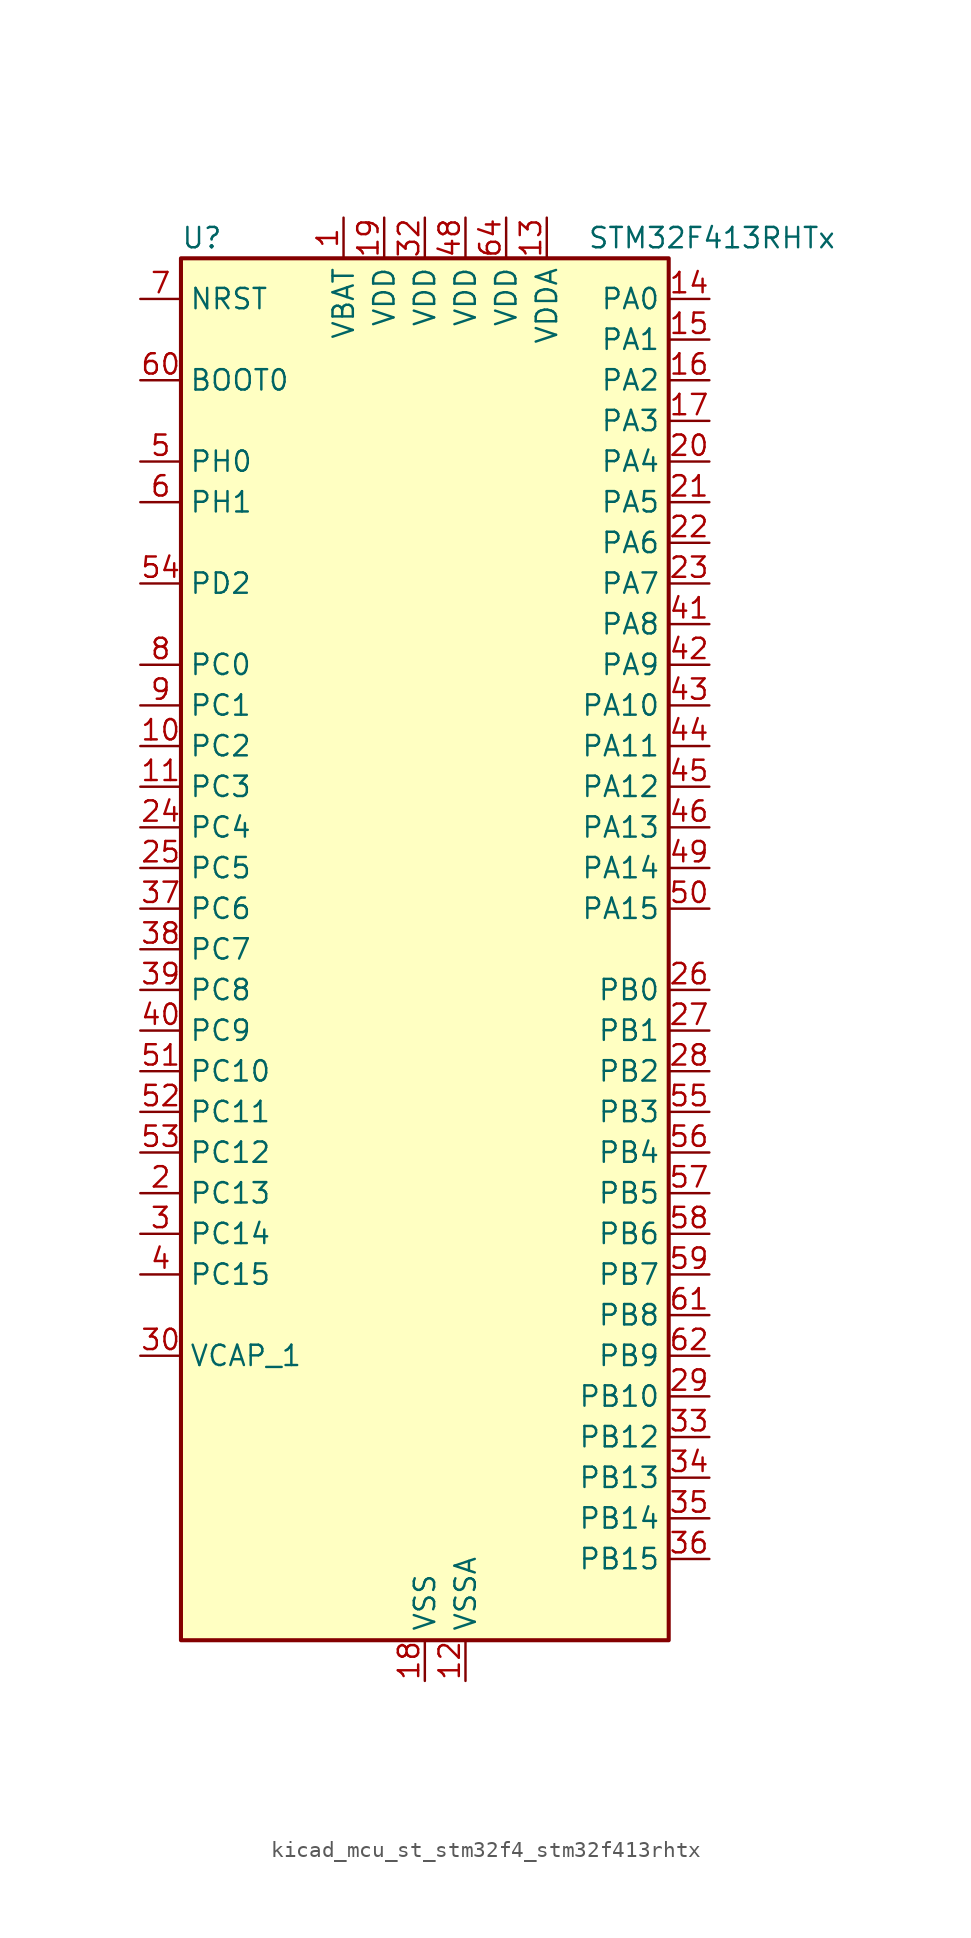
<source format=kicad_sym>
(kicad_symbol_lib
  (version 20220914)
  (generator kicad_symbol_editor)
  (symbol "kicad_mcu_st_stm32f4_stm32f413rhtx"
    (property "Reference" "U"
      (at -15.24 44.45 0)
      (effects (font (size 1.27 1.27)) (justify left)))
    (property "Value" "STM32F413RHTx"
      (at 10.16 44.45 0)
      (effects (font (size 1.27 1.27)) (justify left)))
    (property "ki_locked" ""
      (at 0 0 0)
      (effects (font (size 1.27 1.27))))
    (symbol "kicad_mcu_st_stm32f4_stm32f413rhtx_0_1"
      (rectangle (start -15.24 -43.18) (end 15.24 43.18) (stroke (width 0.254) (type default)) (fill (type background))))
    (symbol "kicad_mcu_st_stm32f4_stm32f413rhtx_1_1"
      (pin power_in line (at -5.08 45.72 270) (length 2.54) (name "VBAT" (effects (font (size 1.27 1.27)))) (number "1" (effects (font (size 1.27 1.27)))))
      (pin bidirectional line (at -17.78 12.7 0) (length 2.54) (name "PC2" (effects (font (size 1.27 1.27)))) (number "10" (effects (font (size 1.27 1.27)))) (alternate "ADC1_IN12" bidirectional line) (alternate "DFSDM1_CKOUT" bidirectional line) (alternate "DFSDM2_DATIN7" bidirectional line) (alternate "FSMC_NWE" bidirectional line) (alternate "I2S2_ext_SD" bidirectional line) (alternate "LPTIM1_IN2" bidirectional line) (alternate "SAI1_SCK_B" bidirectional line) (alternate "SPI2_MISO" bidirectional line))
      (pin bidirectional line (at -17.78 10.16 0) (length 2.54) (name "PC3" (effects (font (size 1.27 1.27)))) (number "11" (effects (font (size 1.27 1.27)))) (alternate "ADC1_IN13" bidirectional line) (alternate "DFSDM2_CKIN7" bidirectional line) (alternate "FSMC_A0" bidirectional line) (alternate "I2S2_SD" bidirectional line) (alternate "LPTIM1_ETR" bidirectional line) (alternate "SAI1_FS_B" bidirectional line) (alternate "SPI2_MOSI" bidirectional line))
      (pin power_in line (at 2.54 -45.72 90) (length 2.54) (name "VSSA" (effects (font (size 1.27 1.27)))) (number "12" (effects (font (size 1.27 1.27)))))
      (pin power_in line (at 7.62 45.72 270) (length 2.54) (name "VDDA" (effects (font (size 1.27 1.27)))) (number "13" (effects (font (size 1.27 1.27)))))
      (pin bidirectional line (at 17.78 40.64 180) (length 2.54) (name "PA0" (effects (font (size 1.27 1.27)))) (number "14" (effects (font (size 1.27 1.27)))) (alternate "ADC1_IN0" bidirectional line) (alternate "SYS_WKUP1" bidirectional line) (alternate "TIM2_CH1" bidirectional line) (alternate "TIM2_ETR" bidirectional line) (alternate "TIM5_CH1" bidirectional line) (alternate "TIM8_ETR" bidirectional line) (alternate "UART4_TX" bidirectional line) (alternate "USART2_CTS" bidirectional line))
      (pin bidirectional line (at 17.78 38.1 180) (length 2.54) (name "PA1" (effects (font (size 1.27 1.27)))) (number "15" (effects (font (size 1.27 1.27)))) (alternate "ADC1_IN1" bidirectional line) (alternate "I2S4_SD" bidirectional line) (alternate "QUADSPI_BK1_IO3" bidirectional line) (alternate "SPI4_MOSI" bidirectional line) (alternate "TIM2_CH2" bidirectional line) (alternate "TIM5_CH2" bidirectional line) (alternate "UART4_RX" bidirectional line) (alternate "USART2_RTS" bidirectional line))
      (pin bidirectional line (at 17.78 35.56 180) (length 2.54) (name "PA2" (effects (font (size 1.27 1.27)))) (number "16" (effects (font (size 1.27 1.27)))) (alternate "ADC1_IN2" bidirectional line) (alternate "FSMC_D4" bidirectional line) (alternate "FSMC_DA4" bidirectional line) (alternate "I2S_CKIN" bidirectional line) (alternate "TIM2_CH3" bidirectional line) (alternate "TIM5_CH3" bidirectional line) (alternate "TIM9_CH1" bidirectional line) (alternate "USART2_TX" bidirectional line))
      (pin bidirectional line (at 17.78 33.02 180) (length 2.54) (name "PA3" (effects (font (size 1.27 1.27)))) (number "17" (effects (font (size 1.27 1.27)))) (alternate "ADC1_IN3" bidirectional line) (alternate "FSMC_D5" bidirectional line) (alternate "FSMC_DA5" bidirectional line) (alternate "I2S2_MCK" bidirectional line) (alternate "SAI1_SD_B" bidirectional line) (alternate "TIM2_CH4" bidirectional line) (alternate "TIM5_CH4" bidirectional line) (alternate "TIM9_CH2" bidirectional line) (alternate "USART2_RX" bidirectional line))
      (pin power_in line (at 0 -45.72 90) (length 2.54) (name "VSS" (effects (font (size 1.27 1.27)))) (number "18" (effects (font (size 1.27 1.27)))))
      (pin power_in line (at -2.54 45.72 270) (length 2.54) (name "VDD" (effects (font (size 1.27 1.27)))) (number "19" (effects (font (size 1.27 1.27)))))
      (pin bidirectional line (at -17.78 -15.24 0) (length 2.54) (name "PC13" (effects (font (size 1.27 1.27)))) (number "2" (effects (font (size 1.27 1.27)))) (alternate "RTC_AF1" bidirectional line))
      (pin bidirectional line (at 17.78 30.48 180) (length 2.54) (name "PA4" (effects (font (size 1.27 1.27)))) (number "20" (effects (font (size 1.27 1.27)))) (alternate "ADC1_IN4" bidirectional line) (alternate "DAC_OUT1" bidirectional line) (alternate "DFSDM1_DATIN1" bidirectional line) (alternate "FSMC_D6" bidirectional line) (alternate "FSMC_DA6" bidirectional line) (alternate "I2S1_WS" bidirectional line) (alternate "I2S3_WS" bidirectional line) (alternate "SPI1_NSS" bidirectional line) (alternate "SPI3_NSS" bidirectional line) (alternate "USART2_CK" bidirectional line))
      (pin bidirectional line (at 17.78 27.94 180) (length 2.54) (name "PA5" (effects (font (size 1.27 1.27)))) (number "21" (effects (font (size 1.27 1.27)))) (alternate "ADC1_IN5" bidirectional line) (alternate "DAC_OUT2" bidirectional line) (alternate "DFSDM1_CKIN1" bidirectional line) (alternate "FSMC_D7" bidirectional line) (alternate "FSMC_DA7" bidirectional line) (alternate "I2S1_CK" bidirectional line) (alternate "SPI1_SCK" bidirectional line) (alternate "TIM2_CH1" bidirectional line) (alternate "TIM2_ETR" bidirectional line) (alternate "TIM8_CH1N" bidirectional line))
      (pin bidirectional line (at 17.78 25.4 180) (length 2.54) (name "PA6" (effects (font (size 1.27 1.27)))) (number "22" (effects (font (size 1.27 1.27)))) (alternate "ADC1_IN6" bidirectional line) (alternate "DFSDM2_CKIN1" bidirectional line) (alternate "I2S2_MCK" bidirectional line) (alternate "QUADSPI_BK2_IO0" bidirectional line) (alternate "SDIO_CMD" bidirectional line) (alternate "SPI1_MISO" bidirectional line) (alternate "TIM13_CH1" bidirectional line) (alternate "TIM1_BKIN" bidirectional line) (alternate "TIM3_CH1" bidirectional line) (alternate "TIM8_BKIN" bidirectional line))
      (pin bidirectional line (at 17.78 22.86 180) (length 2.54) (name "PA7" (effects (font (size 1.27 1.27)))) (number "23" (effects (font (size 1.27 1.27)))) (alternate "ADC1_IN7" bidirectional line) (alternate "DFSDM2_DATIN1" bidirectional line) (alternate "I2S1_SD" bidirectional line) (alternate "QUADSPI_BK2_IO1" bidirectional line) (alternate "SPI1_MOSI" bidirectional line) (alternate "TIM14_CH1" bidirectional line) (alternate "TIM1_CH1N" bidirectional line) (alternate "TIM3_CH2" bidirectional line) (alternate "TIM8_CH1N" bidirectional line))
      (pin bidirectional line (at -17.78 7.62 0) (length 2.54) (name "PC4" (effects (font (size 1.27 1.27)))) (number "24" (effects (font (size 1.27 1.27)))) (alternate "ADC1_IN14" bidirectional line) (alternate "DFSDM2_CKIN2" bidirectional line) (alternate "FSMC_NE4" bidirectional line) (alternate "I2S1_MCK" bidirectional line) (alternate "QUADSPI_BK2_IO2" bidirectional line))
      (pin bidirectional line (at -17.78 5.08 0) (length 2.54) (name "PC5" (effects (font (size 1.27 1.27)))) (number "25" (effects (font (size 1.27 1.27)))) (alternate "ADC1_IN15" bidirectional line) (alternate "DFSDM2_DATIN2" bidirectional line) (alternate "FMPI2C1_SMBA" bidirectional line) (alternate "FSMC_NOE" bidirectional line) (alternate "QUADSPI_BK2_IO3" bidirectional line) (alternate "USART3_RX" bidirectional line))
      (pin bidirectional line (at 17.78 -2.54 180) (length 2.54) (name "PB0" (effects (font (size 1.27 1.27)))) (number "26" (effects (font (size 1.27 1.27)))) (alternate "ADC1_IN8" bidirectional line) (alternate "I2S5_CK" bidirectional line) (alternate "SPI5_SCK" bidirectional line) (alternate "TIM1_CH2N" bidirectional line) (alternate "TIM3_CH3" bidirectional line) (alternate "TIM8_CH2N" bidirectional line))
      (pin bidirectional line (at 17.78 -5.08 180) (length 2.54) (name "PB1" (effects (font (size 1.27 1.27)))) (number "27" (effects (font (size 1.27 1.27)))) (alternate "ADC1_IN9" bidirectional line) (alternate "DFSDM1_DATIN0" bidirectional line) (alternate "I2S5_WS" bidirectional line) (alternate "QUADSPI_CLK" bidirectional line) (alternate "SPI5_NSS" bidirectional line) (alternate "TIM1_CH3N" bidirectional line) (alternate "TIM3_CH4" bidirectional line) (alternate "TIM8_CH3N" bidirectional line))
      (pin bidirectional line (at 17.78 -7.62 180) (length 2.54) (name "PB2" (effects (font (size 1.27 1.27)))) (number "28" (effects (font (size 1.27 1.27)))) (alternate "DFSDM1_CKIN0" bidirectional line) (alternate "LPTIM1_OUT" bidirectional line) (alternate "QUADSPI_CLK" bidirectional line))
      (pin bidirectional line (at 17.78 -27.94 180) (length 2.54) (name "PB10" (effects (font (size 1.27 1.27)))) (number "29" (effects (font (size 1.27 1.27)))) (alternate "DFSDM2_CKOUT" bidirectional line) (alternate "FMPI2C1_SCL" bidirectional line) (alternate "I2C2_SCL" bidirectional line) (alternate "I2S2_CK" bidirectional line) (alternate "I2S3_MCK" bidirectional line) (alternate "SDIO_D7" bidirectional line) (alternate "SPI2_SCK" bidirectional line) (alternate "TIM2_CH3" bidirectional line) (alternate "USART3_TX" bidirectional line))
      (pin bidirectional line (at -17.78 -17.78 0) (length 2.54) (name "PC14" (effects (font (size 1.27 1.27)))) (number "3" (effects (font (size 1.27 1.27)))) (alternate "RCC_OSC32_IN" bidirectional line))
      (pin power_out line (at -17.78 -25.4 0) (length 2.54) (name "VCAP_1" (effects (font (size 1.27 1.27)))) (number "30" (effects (font (size 1.27 1.27)))))
      (pin passive line (at 0 -45.72 90) (length 2.54) hide (name "VSS" (effects (font (size 1.27 1.27)))) (number "31" (effects (font (size 1.27 1.27)))))
      (pin power_in line (at 0 45.72 270) (length 2.54) (name "VDD" (effects (font (size 1.27 1.27)))) (number "32" (effects (font (size 1.27 1.27)))))
      (pin bidirectional line (at 17.78 -30.48 180) (length 2.54) (name "PB12" (effects (font (size 1.27 1.27)))) (number "33" (effects (font (size 1.27 1.27)))) (alternate "CAN2_RX" bidirectional line) (alternate "DFSDM1_DATIN1" bidirectional line) (alternate "I2C2_SMBA" bidirectional line) (alternate "I2S2_WS" bidirectional line) (alternate "I2S3_CK" bidirectional line) (alternate "I2S4_WS" bidirectional line) (alternate "SPI2_NSS" bidirectional line) (alternate "SPI3_SCK" bidirectional line) (alternate "SPI4_NSS" bidirectional line) (alternate "TIM1_BKIN" bidirectional line) (alternate "UART5_RX" bidirectional line) (alternate "USART3_CK" bidirectional line))
      (pin bidirectional line (at 17.78 -33.02 180) (length 2.54) (name "PB13" (effects (font (size 1.27 1.27)))) (number "34" (effects (font (size 1.27 1.27)))) (alternate "CAN2_TX" bidirectional line) (alternate "DFSDM1_CKIN1" bidirectional line) (alternate "FMPI2C1_SMBA" bidirectional line) (alternate "I2S2_CK" bidirectional line) (alternate "I2S4_CK" bidirectional line) (alternate "SPI2_SCK" bidirectional line) (alternate "SPI4_SCK" bidirectional line) (alternate "TIM1_CH1N" bidirectional line) (alternate "UART5_TX" bidirectional line) (alternate "USART3_CTS" bidirectional line))
      (pin bidirectional line (at 17.78 -35.56 180) (length 2.54) (name "PB14" (effects (font (size 1.27 1.27)))) (number "35" (effects (font (size 1.27 1.27)))) (alternate "DFSDM1_DATIN2" bidirectional line) (alternate "FMPI2C1_SDA" bidirectional line) (alternate "FSMC_D0" bidirectional line) (alternate "FSMC_DA0" bidirectional line) (alternate "I2S2_ext_SD" bidirectional line) (alternate "SDIO_D6" bidirectional line) (alternate "SPI2_MISO" bidirectional line) (alternate "TIM12_CH1" bidirectional line) (alternate "TIM1_CH2N" bidirectional line) (alternate "TIM8_CH2N" bidirectional line) (alternate "USART3_RTS" bidirectional line))
      (pin bidirectional line (at 17.78 -38.1 180) (length 2.54) (name "PB15" (effects (font (size 1.27 1.27)))) (number "36" (effects (font (size 1.27 1.27)))) (alternate "ADC1_EXTI15" bidirectional line) (alternate "DFSDM1_CKIN2" bidirectional line) (alternate "FMPI2C1_SCL" bidirectional line) (alternate "I2S2_SD" bidirectional line) (alternate "RTC_REFIN" bidirectional line) (alternate "SDIO_CK" bidirectional line) (alternate "SPI2_MOSI" bidirectional line) (alternate "TIM12_CH2" bidirectional line) (alternate "TIM1_CH3N" bidirectional line) (alternate "TIM8_CH3N" bidirectional line))
      (pin bidirectional line (at -17.78 2.54 0) (length 2.54) (name "PC6" (effects (font (size 1.27 1.27)))) (number "37" (effects (font (size 1.27 1.27)))) (alternate "DFSDM1_CKIN3" bidirectional line) (alternate "DFSDM2_DATIN6" bidirectional line) (alternate "FMPI2C1_SCL" bidirectional line) (alternate "FSMC_D1" bidirectional line) (alternate "FSMC_DA1" bidirectional line) (alternate "I2S2_MCK" bidirectional line) (alternate "SDIO_D6" bidirectional line) (alternate "TIM3_CH1" bidirectional line) (alternate "TIM8_CH1" bidirectional line) (alternate "USART6_TX" bidirectional line))
      (pin bidirectional line (at -17.78 0 0) (length 2.54) (name "PC7" (effects (font (size 1.27 1.27)))) (number "38" (effects (font (size 1.27 1.27)))) (alternate "DFSDM1_DATIN3" bidirectional line) (alternate "DFSDM2_CKIN6" bidirectional line) (alternate "FMPI2C1_SDA" bidirectional line) (alternate "I2S2_CK" bidirectional line) (alternate "I2S3_MCK" bidirectional line) (alternate "SDIO_D7" bidirectional line) (alternate "SPI2_SCK" bidirectional line) (alternate "TIM3_CH2" bidirectional line) (alternate "TIM8_CH2" bidirectional line) (alternate "USART6_RX" bidirectional line))
      (pin bidirectional line (at -17.78 -2.54 0) (length 2.54) (name "PC8" (effects (font (size 1.27 1.27)))) (number "39" (effects (font (size 1.27 1.27)))) (alternate "DFSDM2_CKIN3" bidirectional line) (alternate "QUADSPI_BK1_IO2" bidirectional line) (alternate "SDIO_D0" bidirectional line) (alternate "TIM3_CH3" bidirectional line) (alternate "TIM8_CH3" bidirectional line) (alternate "USART6_CK" bidirectional line))
      (pin bidirectional line (at -17.78 -20.32 0) (length 2.54) (name "PC15" (effects (font (size 1.27 1.27)))) (number "4" (effects (font (size 1.27 1.27)))) (alternate "ADC1_EXTI15" bidirectional line) (alternate "RCC_OSC32_OUT" bidirectional line))
      (pin bidirectional line (at -17.78 -5.08 0) (length 2.54) (name "PC9" (effects (font (size 1.27 1.27)))) (number "40" (effects (font (size 1.27 1.27)))) (alternate "DAC_EXTI9" bidirectional line) (alternate "DFSDM2_DATIN3" bidirectional line) (alternate "I2C3_SDA" bidirectional line) (alternate "I2S_CKIN" bidirectional line) (alternate "QUADSPI_BK1_IO0" bidirectional line) (alternate "RCC_MCO_2" bidirectional line) (alternate "SDIO_D1" bidirectional line) (alternate "TIM3_CH4" bidirectional line) (alternate "TIM8_CH4" bidirectional line))
      (pin bidirectional line (at 17.78 20.32 180) (length 2.54) (name "PA8" (effects (font (size 1.27 1.27)))) (number "41" (effects (font (size 1.27 1.27)))) (alternate "CAN3_RX" bidirectional line) (alternate "DFSDM1_CKOUT" bidirectional line) (alternate "I2C3_SCL" bidirectional line) (alternate "RCC_MCO_1" bidirectional line) (alternate "SDIO_D1" bidirectional line) (alternate "TIM1_CH1" bidirectional line) (alternate "UART7_RX" bidirectional line) (alternate "USART1_CK" bidirectional line) (alternate "USB_OTG_FS_SOF" bidirectional line))
      (pin bidirectional line (at 17.78 17.78 180) (length 2.54) (name "PA9" (effects (font (size 1.27 1.27)))) (number "42" (effects (font (size 1.27 1.27)))) (alternate "DAC_EXTI9" bidirectional line) (alternate "DFSDM2_CKIN3" bidirectional line) (alternate "I2C3_SMBA" bidirectional line) (alternate "I2S2_CK" bidirectional line) (alternate "SDIO_D2" bidirectional line) (alternate "SPI2_SCK" bidirectional line) (alternate "TIM1_CH2" bidirectional line) (alternate "USART1_TX" bidirectional line) (alternate "USB_OTG_FS_VBUS" bidirectional line))
      (pin bidirectional line (at 17.78 15.24 180) (length 2.54) (name "PA10" (effects (font (size 1.27 1.27)))) (number "43" (effects (font (size 1.27 1.27)))) (alternate "DFSDM2_DATIN3" bidirectional line) (alternate "I2S2_SD" bidirectional line) (alternate "I2S5_SD" bidirectional line) (alternate "SPI2_MOSI" bidirectional line) (alternate "SPI5_MOSI" bidirectional line) (alternate "TIM1_CH3" bidirectional line) (alternate "USART1_RX" bidirectional line) (alternate "USB_OTG_FS_ID" bidirectional line))
      (pin bidirectional line (at 17.78 12.7 180) (length 2.54) (name "PA11" (effects (font (size 1.27 1.27)))) (number "44" (effects (font (size 1.27 1.27)))) (alternate "ADC1_EXTI11" bidirectional line) (alternate "CAN1_RX" bidirectional line) (alternate "DFSDM2_CKIN5" bidirectional line) (alternate "I2S2_WS" bidirectional line) (alternate "SPI2_NSS" bidirectional line) (alternate "SPI4_MISO" bidirectional line) (alternate "TIM1_CH4" bidirectional line) (alternate "UART4_RX" bidirectional line) (alternate "USART1_CTS" bidirectional line) (alternate "USART6_TX" bidirectional line) (alternate "USB_OTG_FS_DM" bidirectional line))
      (pin bidirectional line (at 17.78 10.16 180) (length 2.54) (name "PA12" (effects (font (size 1.27 1.27)))) (number "45" (effects (font (size 1.27 1.27)))) (alternate "CAN1_TX" bidirectional line) (alternate "DFSDM2_DATIN5" bidirectional line) (alternate "SPI2_MISO" bidirectional line) (alternate "SPI5_MISO" bidirectional line) (alternate "TIM1_ETR" bidirectional line) (alternate "UART4_TX" bidirectional line) (alternate "USART1_RTS" bidirectional line) (alternate "USART6_RX" bidirectional line) (alternate "USB_OTG_FS_DP" bidirectional line))
      (pin bidirectional line (at 17.78 7.62 180) (length 2.54) (name "PA13" (effects (font (size 1.27 1.27)))) (number "46" (effects (font (size 1.27 1.27)))) (alternate "SYS_JTMS-SWDIO" bidirectional line))
      (pin passive line (at 0 -45.72 90) (length 2.54) hide (name "VSS" (effects (font (size 1.27 1.27)))) (number "47" (effects (font (size 1.27 1.27)))))
      (pin power_in line (at 2.54 45.72 270) (length 2.54) (name "VDD" (effects (font (size 1.27 1.27)))) (number "48" (effects (font (size 1.27 1.27)))))
      (pin bidirectional line (at 17.78 5.08 180) (length 2.54) (name "PA14" (effects (font (size 1.27 1.27)))) (number "49" (effects (font (size 1.27 1.27)))) (alternate "SYS_JTCK-SWCLK" bidirectional line))
      (pin bidirectional line (at -17.78 30.48 0) (length 2.54) (name "PH0" (effects (font (size 1.27 1.27)))) (number "5" (effects (font (size 1.27 1.27)))) (alternate "RCC_OSC_IN" bidirectional line))
      (pin bidirectional line (at 17.78 2.54 180) (length 2.54) (name "PA15" (effects (font (size 1.27 1.27)))) (number "50" (effects (font (size 1.27 1.27)))) (alternate "ADC1_EXTI15" bidirectional line) (alternate "CAN3_TX" bidirectional line) (alternate "I2S1_WS" bidirectional line) (alternate "I2S3_WS" bidirectional line) (alternate "SAI1_MCLK_A" bidirectional line) (alternate "SPI1_NSS" bidirectional line) (alternate "SPI3_NSS" bidirectional line) (alternate "SYS_JTDI" bidirectional line) (alternate "TIM2_CH1" bidirectional line) (alternate "TIM2_ETR" bidirectional line) (alternate "UART7_TX" bidirectional line) (alternate "USART1_TX" bidirectional line))
      (pin bidirectional line (at -17.78 -7.62 0) (length 2.54) (name "PC10" (effects (font (size 1.27 1.27)))) (number "51" (effects (font (size 1.27 1.27)))) (alternate "DFSDM2_CKIN5" bidirectional line) (alternate "I2S3_CK" bidirectional line) (alternate "QUADSPI_BK1_IO1" bidirectional line) (alternate "SDIO_D2" bidirectional line) (alternate "SPI3_SCK" bidirectional line) (alternate "USART3_TX" bidirectional line))
      (pin bidirectional line (at -17.78 -10.16 0) (length 2.54) (name "PC11" (effects (font (size 1.27 1.27)))) (number "52" (effects (font (size 1.27 1.27)))) (alternate "ADC1_EXTI11" bidirectional line) (alternate "DFSDM2_DATIN5" bidirectional line) (alternate "FSMC_D2" bidirectional line) (alternate "FSMC_DA2" bidirectional line) (alternate "I2S3_ext_SD" bidirectional line) (alternate "QUADSPI_BK2_NCS" bidirectional line) (alternate "SDIO_D3" bidirectional line) (alternate "SPI3_MISO" bidirectional line) (alternate "UART4_RX" bidirectional line) (alternate "USART3_RX" bidirectional line))
      (pin bidirectional line (at -17.78 -12.7 0) (length 2.54) (name "PC12" (effects (font (size 1.27 1.27)))) (number "53" (effects (font (size 1.27 1.27)))) (alternate "FSMC_D3" bidirectional line) (alternate "FSMC_DA3" bidirectional line) (alternate "I2S3_SD" bidirectional line) (alternate "SDIO_CK" bidirectional line) (alternate "SPI3_MOSI" bidirectional line) (alternate "UART5_TX" bidirectional line) (alternate "USART3_CK" bidirectional line))
      (pin bidirectional line (at -17.78 22.86 0) (length 2.54) (name "PD2" (effects (font (size 1.27 1.27)))) (number "54" (effects (font (size 1.27 1.27)))) (alternate "DFSDM2_CKOUT" bidirectional line) (alternate "FSMC_NWE" bidirectional line) (alternate "SDIO_CMD" bidirectional line) (alternate "TIM3_ETR" bidirectional line) (alternate "UART5_RX" bidirectional line))
      (pin bidirectional line (at 17.78 -10.16 180) (length 2.54) (name "PB3" (effects (font (size 1.27 1.27)))) (number "55" (effects (font (size 1.27 1.27)))) (alternate "CAN3_RX" bidirectional line) (alternate "FMPI2C1_SDA" bidirectional line) (alternate "I2C2_SDA" bidirectional line) (alternate "I2S1_CK" bidirectional line) (alternate "I2S3_CK" bidirectional line) (alternate "SAI1_SD_A" bidirectional line) (alternate "SPI1_SCK" bidirectional line) (alternate "SPI3_SCK" bidirectional line) (alternate "SYS_JTDO-SWO" bidirectional line) (alternate "TIM2_CH2" bidirectional line) (alternate "UART7_RX" bidirectional line) (alternate "USART1_RX" bidirectional line))
      (pin bidirectional line (at 17.78 -12.7 180) (length 2.54) (name "PB4" (effects (font (size 1.27 1.27)))) (number "56" (effects (font (size 1.27 1.27)))) (alternate "CAN3_TX" bidirectional line) (alternate "I2C3_SDA" bidirectional line) (alternate "I2S3_ext_SD" bidirectional line) (alternate "SAI1_SCK_A" bidirectional line) (alternate "SDIO_D0" bidirectional line) (alternate "SPI1_MISO" bidirectional line) (alternate "SPI3_MISO" bidirectional line) (alternate "SYS_JTRST" bidirectional line) (alternate "TIM3_CH1" bidirectional line) (alternate "UART7_TX" bidirectional line))
      (pin bidirectional line (at 17.78 -15.24 180) (length 2.54) (name "PB5" (effects (font (size 1.27 1.27)))) (number "57" (effects (font (size 1.27 1.27)))) (alternate "CAN2_RX" bidirectional line) (alternate "I2C1_SMBA" bidirectional line) (alternate "I2S1_SD" bidirectional line) (alternate "I2S3_SD" bidirectional line) (alternate "LPTIM1_IN1" bidirectional line) (alternate "SAI1_FS_A" bidirectional line) (alternate "SDIO_D3" bidirectional line) (alternate "SPI1_MOSI" bidirectional line) (alternate "SPI3_MOSI" bidirectional line) (alternate "TIM3_CH2" bidirectional line) (alternate "UART5_RX" bidirectional line))
      (pin bidirectional line (at 17.78 -17.78 180) (length 2.54) (name "PB6" (effects (font (size 1.27 1.27)))) (number "58" (effects (font (size 1.27 1.27)))) (alternate "CAN2_TX" bidirectional line) (alternate "DFSDM2_CKIN7" bidirectional line) (alternate "I2C1_SCL" bidirectional line) (alternate "LPTIM1_ETR" bidirectional line) (alternate "QUADSPI_BK1_NCS" bidirectional line) (alternate "SDIO_D0" bidirectional line) (alternate "TIM4_CH1" bidirectional line) (alternate "UART5_TX" bidirectional line) (alternate "USART1_TX" bidirectional line))
      (pin bidirectional line (at 17.78 -20.32 180) (length 2.54) (name "PB7" (effects (font (size 1.27 1.27)))) (number "59" (effects (font (size 1.27 1.27)))) (alternate "DFSDM2_DATIN7" bidirectional line) (alternate "FSMC_NL" bidirectional line) (alternate "I2C1_SDA" bidirectional line) (alternate "LPTIM1_IN2" bidirectional line) (alternate "TIM4_CH2" bidirectional line) (alternate "USART1_RX" bidirectional line))
      (pin bidirectional line (at -17.78 27.94 0) (length 2.54) (name "PH1" (effects (font (size 1.27 1.27)))) (number "6" (effects (font (size 1.27 1.27)))) (alternate "RCC_OSC_OUT" bidirectional line))
      (pin input line (at -17.78 35.56 0) (length 2.54) (name "BOOT0" (effects (font (size 1.27 1.27)))) (number "60" (effects (font (size 1.27 1.27)))))
      (pin bidirectional line (at 17.78 -22.86 180) (length 2.54) (name "PB8" (effects (font (size 1.27 1.27)))) (number "61" (effects (font (size 1.27 1.27)))) (alternate "CAN1_RX" bidirectional line) (alternate "DFSDM2_CKIN1" bidirectional line) (alternate "I2C1_SCL" bidirectional line) (alternate "I2C3_SDA" bidirectional line) (alternate "I2S5_SD" bidirectional line) (alternate "LPTIM1_OUT" bidirectional line) (alternate "SDIO_D4" bidirectional line) (alternate "SPI5_MOSI" bidirectional line) (alternate "TIM10_CH1" bidirectional line) (alternate "TIM4_CH3" bidirectional line) (alternate "UART5_RX" bidirectional line))
      (pin bidirectional line (at 17.78 -25.4 180) (length 2.54) (name "PB9" (effects (font (size 1.27 1.27)))) (number "62" (effects (font (size 1.27 1.27)))) (alternate "CAN1_TX" bidirectional line) (alternate "DAC_EXTI9" bidirectional line) (alternate "DFSDM2_DATIN1" bidirectional line) (alternate "I2C1_SDA" bidirectional line) (alternate "I2C2_SDA" bidirectional line) (alternate "I2S2_WS" bidirectional line) (alternate "SDIO_D5" bidirectional line) (alternate "SPI2_NSS" bidirectional line) (alternate "TIM11_CH1" bidirectional line) (alternate "TIM4_CH4" bidirectional line) (alternate "UART5_TX" bidirectional line))
      (pin passive line (at 0 -45.72 90) (length 2.54) hide (name "VSS" (effects (font (size 1.27 1.27)))) (number "63" (effects (font (size 1.27 1.27)))))
      (pin power_in line (at 5.08 45.72 270) (length 2.54) (name "VDD" (effects (font (size 1.27 1.27)))) (number "64" (effects (font (size 1.27 1.27)))))
      (pin input line (at -17.78 40.64 0) (length 2.54) (name "NRST" (effects (font (size 1.27 1.27)))) (number "7" (effects (font (size 1.27 1.27)))))
      (pin bidirectional line (at -17.78 17.78 0) (length 2.54) (name "PC0" (effects (font (size 1.27 1.27)))) (number "8" (effects (font (size 1.27 1.27)))) (alternate "ADC1_IN10" bidirectional line) (alternate "DFSDM2_CKIN4" bidirectional line) (alternate "LPTIM1_IN1" bidirectional line) (alternate "SAI1_MCLK_B" bidirectional line) (alternate "SYS_WKUP2" bidirectional line))
      (pin bidirectional line (at -17.78 15.24 0) (length 2.54) (name "PC1" (effects (font (size 1.27 1.27)))) (number "9" (effects (font (size 1.27 1.27)))) (alternate "ADC1_IN11" bidirectional line) (alternate "DFSDM2_DATIN4" bidirectional line) (alternate "LPTIM1_OUT" bidirectional line) (alternate "SAI1_SD_B" bidirectional line) (alternate "SYS_WKUP3" bidirectional line)))))
</source>
